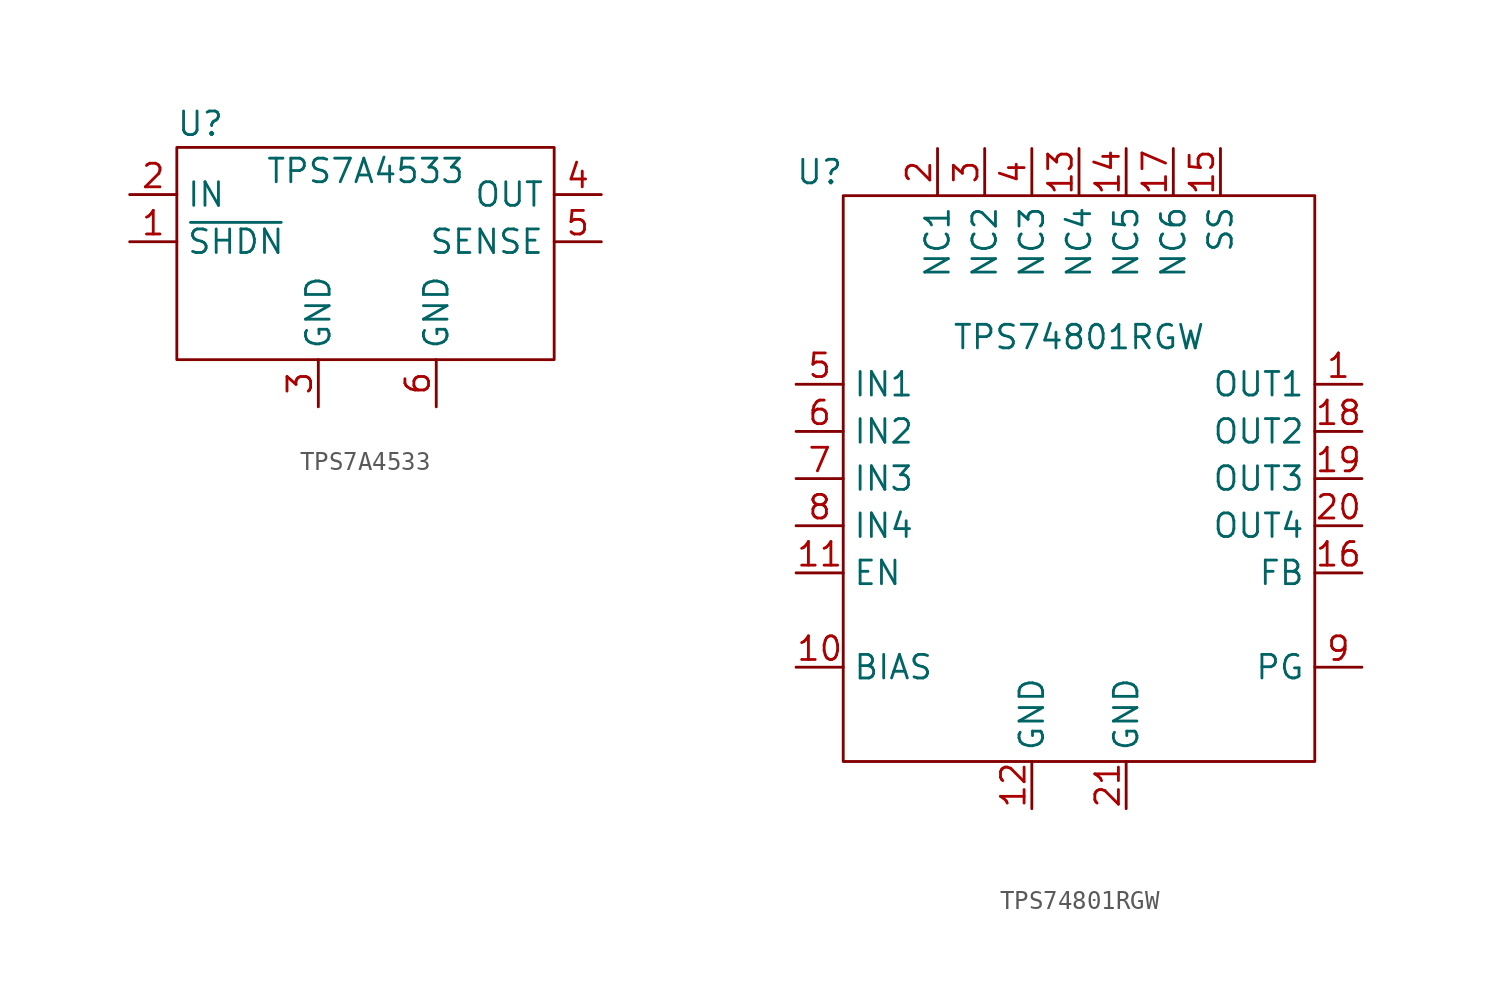
<source format=kicad_sym>
(kicad_symbol_lib
  (version 20211014)
  (generator kicad_symbol_editor)
  (symbol "TPS7A4533"
    (property "Reference" "U"
      (at -8.89 6.35 0)
      (effects (font (size 1.27 1.27))))
    (property "Value" "TPS7A4533"
      (at 0 3.81 0)
      (effects (font (size 1.27 1.27))))
    (symbol "TPS7A4533_0_1"
      (polyline (pts (xy -10.16 5.08) (xy 10.16 5.08) (xy 10.16 -6.35) (xy -10.16 -6.35) (xy -10.16 5.08)) (stroke (width 0) (type default) (color 0 0 0 0)) (fill (type none))))
    (symbol "TPS7A4533_1_1"
      (pin input line (at -12.7 0 0) (length 2.54) (name "~{SHDN}" (effects (font (size 1.27 1.27)))) (number "1" (effects (font (size 1.27 1.27)))))
      (pin power_in line (at -12.7 2.54 0) (length 2.54) (name "IN" (effects (font (size 1.27 1.27)))) (number "2" (effects (font (size 1.27 1.27)))))
      (pin power_in line (at -2.54 -8.89 90) (length 2.54) (name "GND" (effects (font (size 1.27 1.27)))) (number "3" (effects (font (size 1.27 1.27)))))
      (pin power_out line (at 12.7 2.54 180) (length 2.54) (name "OUT" (effects (font (size 1.27 1.27)))) (number "4" (effects (font (size 1.27 1.27)))))
      (pin input line (at 12.7 0 180) (length 2.54) (name "SENSE" (effects (font (size 1.27 1.27)))) (number "5" (effects (font (size 1.27 1.27)))))
      (pin power_in line (at 3.81 -8.89 90) (length 2.54) (name "GND" (effects (font (size 1.27 1.27)))) (number "6" (effects (font (size 1.27 1.27)))))))
  (symbol "TPS74801RGW"
    (property "Reference" "U"
      (at -13.97 16.51 0)
      (effects (font (size 1.27 1.27))))
    (property "Value" "TPS74801RGW"
      (at 0 7.62 0)
      (effects (font (size 1.27 1.27))))
    (symbol "TPS74801RGW_0_1"
      (polyline (pts (xy -12.7 15.24) (xy 12.7 15.24) (xy 12.7 -15.24) (xy -12.7 -15.24) (xy -12.7 15.24)) (stroke (width 0) (type default) (color 0 0 0 0)) (fill (type none))))
    (symbol "TPS74801RGW_1_1"
      (pin power_out line (at 15.24 5.08 180) (length 2.54) (name "OUT1" (effects (font (size 1.27 1.27)))) (number "1" (effects (font (size 1.27 1.27)))))
      (pin bidirectional line (at -15.24 -10.16 0) (length 2.54) (name "BIAS" (effects (font (size 1.27 1.27)))) (number "10" (effects (font (size 1.27 1.27)))))
      (pin input line (at -15.24 -5.08 0) (length 2.54) (name "EN" (effects (font (size 1.27 1.27)))) (number "11" (effects (font (size 1.27 1.27)))))
      (pin power_in line (at -2.54 -17.78 90) (length 2.54) (name "GND" (effects (font (size 1.27 1.27)))) (number "12" (effects (font (size 1.27 1.27)))))
      (pin passive line (at 0 17.78 270) (length 2.54) (name "NC4" (effects (font (size 1.27 1.27)))) (number "13" (effects (font (size 1.27 1.27)))))
      (pin passive line (at 2.54 17.78 270) (length 2.54) (name "NC5" (effects (font (size 1.27 1.27)))) (number "14" (effects (font (size 1.27 1.27)))))
      (pin passive line (at 7.62 17.78 270) (length 2.54) (name "SS" (effects (font (size 1.27 1.27)))) (number "15" (effects (font (size 1.27 1.27)))))
      (pin input line (at 15.24 -5.08 180) (length 2.54) (name "FB" (effects (font (size 1.27 1.27)))) (number "16" (effects (font (size 1.27 1.27)))))
      (pin passive line (at 5.08 17.78 270) (length 2.54) (name "NC6" (effects (font (size 1.27 1.27)))) (number "17" (effects (font (size 1.27 1.27)))))
      (pin power_out line (at 15.24 2.54 180) (length 2.54) (name "OUT2" (effects (font (size 1.27 1.27)))) (number "18" (effects (font (size 1.27 1.27)))))
      (pin power_out line (at 15.24 0 180) (length 2.54) (name "OUT3" (effects (font (size 1.27 1.27)))) (number "19" (effects (font (size 1.27 1.27)))))
      (pin passive line (at -7.62 17.78 270) (length 2.54) (name "NC1" (effects (font (size 1.27 1.27)))) (number "2" (effects (font (size 1.27 1.27)))))
      (pin power_out line (at 15.24 -2.54 180) (length 2.54) (name "OUT4" (effects (font (size 1.27 1.27)))) (number "20" (effects (font (size 1.27 1.27)))))
      (pin power_in line (at 2.54 -17.78 90) (length 2.54) (name "GND" (effects (font (size 1.27 1.27)))) (number "21" (effects (font (size 1.27 1.27)))))
      (pin passive line (at -5.08 17.78 270) (length 2.54) (name "NC2" (effects (font (size 1.27 1.27)))) (number "3" (effects (font (size 1.27 1.27)))))
      (pin passive line (at -2.54 17.78 270) (length 2.54) (name "NC3" (effects (font (size 1.27 1.27)))) (number "4" (effects (font (size 1.27 1.27)))))
      (pin power_in line (at -15.24 5.08 0) (length 2.54) (name "IN1" (effects (font (size 1.27 1.27)))) (number "5" (effects (font (size 1.27 1.27)))))
      (pin power_in line (at -15.24 2.54 0) (length 2.54) (name "IN2" (effects (font (size 1.27 1.27)))) (number "6" (effects (font (size 1.27 1.27)))))
      (pin power_in line (at -15.24 0 0) (length 2.54) (name "IN3" (effects (font (size 1.27 1.27)))) (number "7" (effects (font (size 1.27 1.27)))))
      (pin power_in line (at -15.24 -2.54 0) (length 2.54) (name "IN4" (effects (font (size 1.27 1.27)))) (number "8" (effects (font (size 1.27 1.27)))))
      (pin open_collector line (at 15.24 -10.16 180) (length 2.54) (name "PG" (effects (font (size 1.27 1.27)))) (number "9" (effects (font (size 1.27 1.27))))))))
</source>
